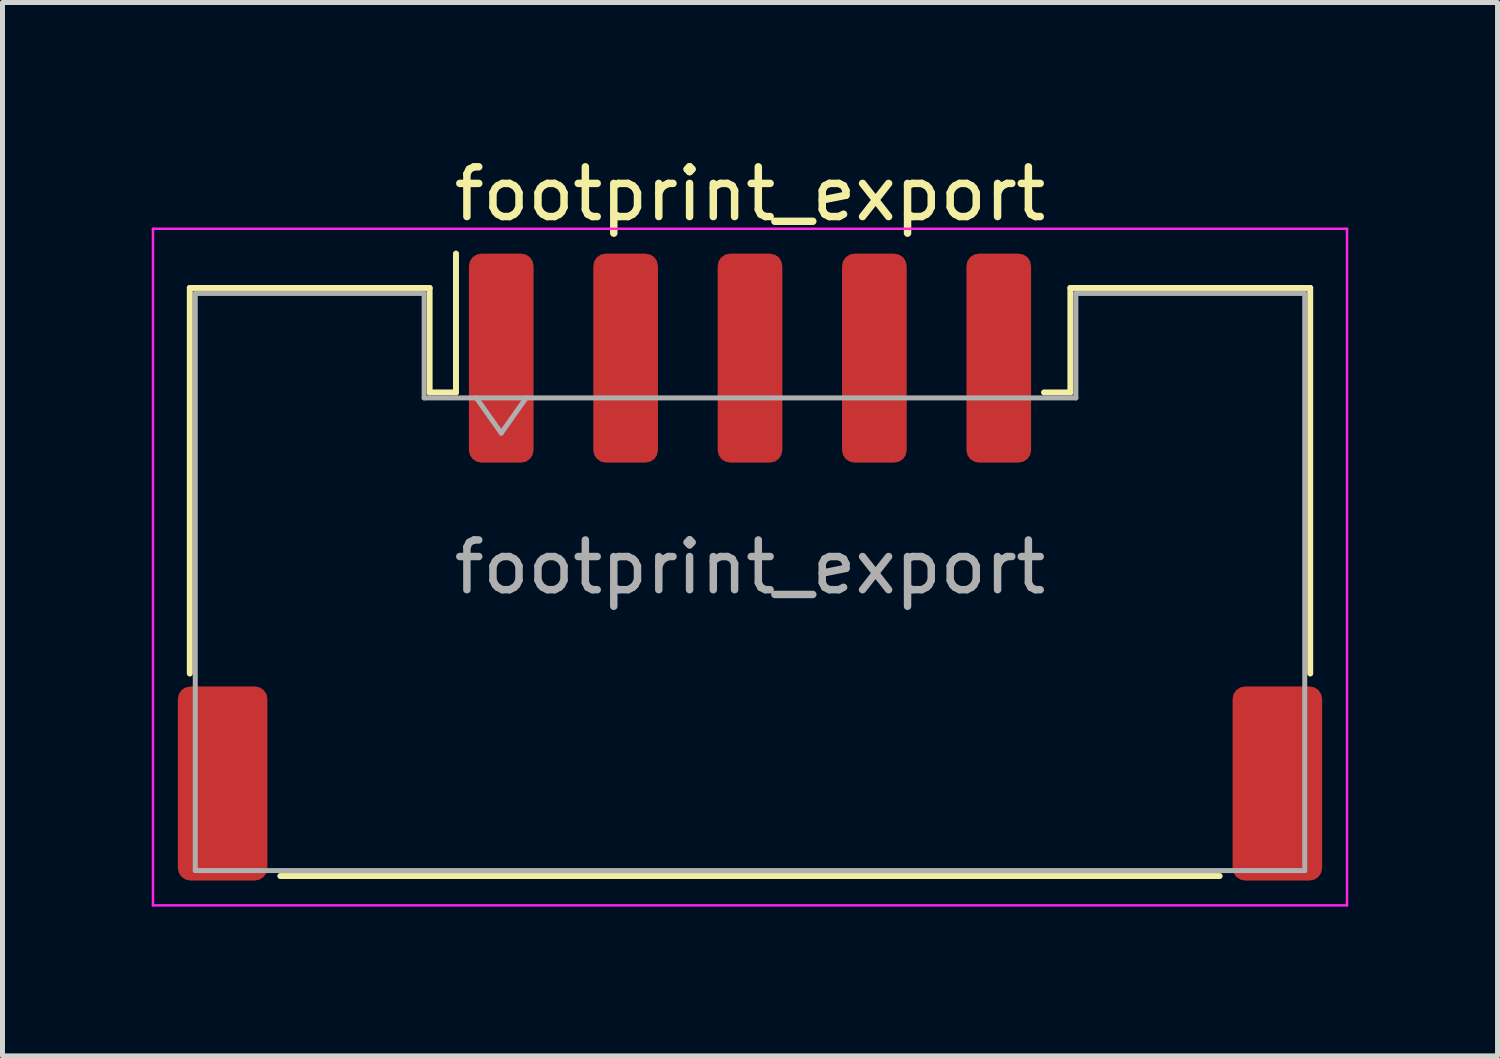
<source format=kicad_pcb>
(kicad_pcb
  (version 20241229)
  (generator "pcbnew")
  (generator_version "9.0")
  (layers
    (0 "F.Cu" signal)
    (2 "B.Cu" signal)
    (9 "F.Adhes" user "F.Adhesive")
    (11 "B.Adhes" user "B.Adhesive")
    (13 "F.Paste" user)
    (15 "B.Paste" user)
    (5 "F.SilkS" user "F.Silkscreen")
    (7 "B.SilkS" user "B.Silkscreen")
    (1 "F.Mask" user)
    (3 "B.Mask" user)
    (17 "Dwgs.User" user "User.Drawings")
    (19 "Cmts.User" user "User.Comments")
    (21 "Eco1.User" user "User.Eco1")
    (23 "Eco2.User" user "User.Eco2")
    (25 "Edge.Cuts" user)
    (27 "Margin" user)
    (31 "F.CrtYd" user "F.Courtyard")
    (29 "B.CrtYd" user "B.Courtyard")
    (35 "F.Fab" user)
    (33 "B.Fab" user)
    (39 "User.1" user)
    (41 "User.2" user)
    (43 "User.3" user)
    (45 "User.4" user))
  (footprint "footprint_export"
    (layer "F.Cu")
    (at 12.025 8.348)
    (property "Reference" "footprint_export" (at 0 -7.5 0) (layer "F.SilkS") (effects (font (size 1 1) (thickness 0.15))))
    (attr smd)
    (fp_line (start -11.26 -5.61) (end -6.44 -5.61) (stroke (width 0.12) (type solid)) (layer "F.SilkS"))
    (fp_line (start -11.26 2.14) (end -11.26 -5.61) (stroke (width 0.12) (type solid)) (layer "F.SilkS"))
    (fp_line (start -9.44 6.21) (end 9.44 6.21) (stroke (width 0.12) (type solid)) (layer "F.SilkS"))
    (fp_line (start -6.44 -5.61) (end -6.44 -3.51) (stroke (width 0.12) (type solid)) (layer "F.SilkS"))
    (fp_line (start -6.44 -3.51) (end -5.91 -3.51) (stroke (width 0.12) (type solid)) (layer "F.SilkS"))
    (fp_line (start -5.91 -3.51) (end -5.91 -6.3) (stroke (width 0.12) (type solid)) (layer "F.SilkS"))
    (fp_line (start 6.44 -5.61) (end 6.44 -3.51) (stroke (width 0.12) (type solid)) (layer "F.SilkS"))
    (fp_line (start 6.44 -3.51) (end 5.91 -3.51) (stroke (width 0.12) (type solid)) (layer "F.SilkS"))
    (fp_line (start 11.26 -5.61) (end 6.44 -5.61) (stroke (width 0.12) (type solid)) (layer "F.SilkS"))
    (fp_line (start 11.26 2.14) (end 11.26 -5.61) (stroke (width 0.12) (type solid)) (layer "F.SilkS"))
    (fp_line (start -12 -6.8) (end -12 6.8) (stroke (width 0.05) (type solid)) (layer "F.CrtYd"))
    (fp_line (start -12 6.8) (end 12 6.8) (stroke (width 0.05) (type solid)) (layer "F.CrtYd"))
    (fp_line (start 12 -6.8) (end -12 -6.8) (stroke (width 0.05) (type solid)) (layer "F.CrtYd"))
    (fp_line (start 12 6.8) (end 12 -6.8) (stroke (width 0.05) (type solid)) (layer "F.CrtYd"))
    (fp_line (start -11.15 -5.5) (end -11.15 6.1) (stroke (width 0.1) (type solid)) (layer "F.Fab"))
    (fp_line (start -11.15 -5.5) (end -6.55 -5.5) (stroke (width 0.1) (type solid)) (layer "F.Fab"))
    (fp_line (start -11.15 6.1) (end 11.15 6.1) (stroke (width 0.1) (type solid)) (layer "F.Fab"))
    (fp_line (start -6.55 -5.5) (end -6.55 -3.4) (stroke (width 0.1) (type solid)) (layer "F.Fab"))
    (fp_line (start -6.55 -3.4) (end 6.55 -3.4) (stroke (width 0.1) (type solid)) (layer "F.Fab"))
    (fp_line (start -5.5 -3.4) (end -5 -2.693) (stroke (width 0.1) (type solid)) (layer "F.Fab"))
    (fp_line (start -5 -2.693) (end -4.5 -3.4) (stroke (width 0.1) (type solid)) (layer "F.Fab"))
    (fp_line (start 6.55 -5.5) (end 11.15 -5.5) (stroke (width 0.1) (type solid)) (layer "F.Fab"))
    (fp_line (start 6.55 -3.4) (end 6.55 -5.5) (stroke (width 0.1) (type solid)) (layer "F.Fab"))
    (fp_line (start 11.15 -5.5) (end 11.15 6.1) (stroke (width 0.1) (type solid)) (layer "F.Fab"))
    (fp_text user "${REFERENCE}" (at 0 0 0) (layer "F.Fab") (effects (font (size 1 1) (thickness 0.15))))
    (pad "1" smd roundrect (at -5 -4.2) (size 1.3 4.2) (layers "F.Cu" "F.Mask" "F.Paste") (roundrect_rratio 0.192))
    (pad "2" smd roundrect (at -2.5 -4.2) (size 1.3 4.2) (layers "F.Cu" "F.Mask" "F.Paste") (roundrect_rratio 0.192))
    (pad "3" smd roundrect (at 0 -4.2) (size 1.3 4.2) (layers "F.Cu" "F.Mask" "F.Paste") (roundrect_rratio 0.192))
    (pad "4" smd roundrect (at 2.5 -4.2) (size 1.3 4.2) (layers "F.Cu" "F.Mask" "F.Paste") (roundrect_rratio 0.192))
    (pad "5" smd roundrect (at 5 -4.2) (size 1.3 4.2) (layers "F.Cu" "F.Mask" "F.Paste") (roundrect_rratio 0.192))
    (pad "MP" smd roundrect (at -10.6 4.35) (size 1.8 3.9) (layers "F.Cu" "F.Mask" "F.Paste") (roundrect_rratio 0.139))
    (pad "MP" smd roundrect (at 10.6 4.35) (size 1.8 3.9) (layers "F.Cu" "F.Mask" "F.Paste") (roundrect_rratio 0.139)))
  (gr_rect
    (start -3 -3)
    (end 27.05 18.173)
    (stroke (width 0.1) (type default))
    (fill no)
    (layer "Edge.Cuts")))
</source>
